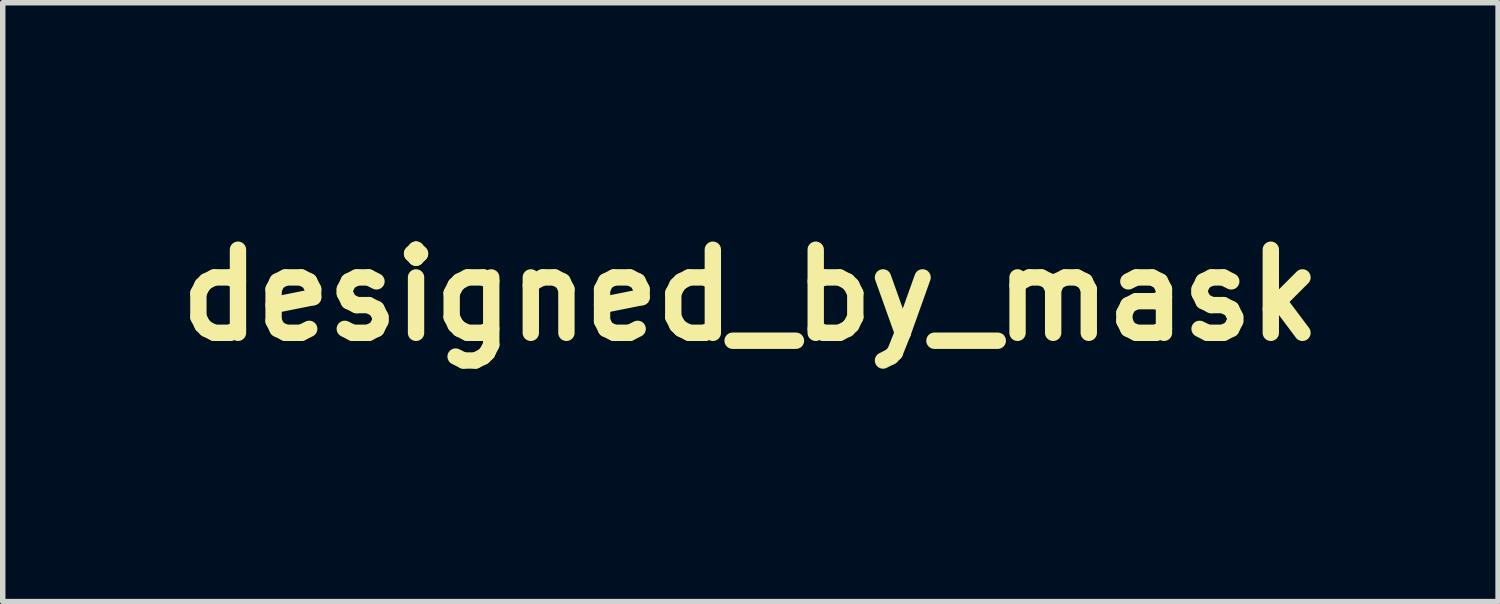
<source format=kicad_pcb>
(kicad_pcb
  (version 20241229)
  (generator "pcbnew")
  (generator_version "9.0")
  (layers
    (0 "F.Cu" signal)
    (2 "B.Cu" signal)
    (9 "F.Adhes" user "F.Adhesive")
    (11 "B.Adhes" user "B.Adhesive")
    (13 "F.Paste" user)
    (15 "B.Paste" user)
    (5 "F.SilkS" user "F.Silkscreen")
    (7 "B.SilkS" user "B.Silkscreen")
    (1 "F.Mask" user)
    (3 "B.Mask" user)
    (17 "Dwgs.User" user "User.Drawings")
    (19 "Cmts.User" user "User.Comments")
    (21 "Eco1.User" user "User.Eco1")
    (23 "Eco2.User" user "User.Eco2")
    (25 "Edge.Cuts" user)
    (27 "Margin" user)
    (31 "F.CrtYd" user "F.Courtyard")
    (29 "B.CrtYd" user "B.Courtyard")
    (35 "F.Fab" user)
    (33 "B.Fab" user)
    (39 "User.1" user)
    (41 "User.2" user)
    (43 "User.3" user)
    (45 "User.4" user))
  (footprint "designed_by_mask"
    (layer "F.Cu")
    (at 10.712 2.364)
    (property "Reference" "designed_by_mask" (at 0 0 0) (layer "F.SilkS") (effects (font (size 1.524 1.524) (thickness 0.3))))
    (attr through_hole)
    (fp_poly (pts (xy -8.781 -1.851) (xy -10.414 -1.851) (xy -10.414 -2.068) (xy -8.781 -2.068) (xy -8.781 -1.851)) (stroke (width 0.01) (type solid)) (fill yes) (layer "F.Mask"))
    (fp_poly (pts (xy -3.965 1.228) (xy -3.955 1.27) (xy -3.978 1.329) (xy -4.01 1.343) (xy -4.054 1.312) (xy -4.064 1.27) (xy -4.041 1.211) (xy -4.01 1.197) (xy -3.965 1.228)) (stroke (width 0.01) (type solid)) (fill yes) (layer "F.Mask"))
    (fp_poly (pts (xy 3.229 -1.887) (xy 2.504 -1.887) (xy 2.504 -0.073) (xy 2.032 -0.073) (xy 2.032 -0.218) (xy 2.177 -0.218) (xy 2.357 -0.218) (xy 2.367 -1.116) (xy 2.377 -2.014) (xy 2.751 -2.024) (xy 3.125 -2.035) (xy 3.114 -2.133) (xy 3.102 -2.232) (xy 2.64 -2.242) (xy 2.177 -2.252) (xy 2.177 -0.218) (xy 2.032 -0.218) (xy 2.032 -2.359) (xy 3.229 -2.359) (xy 3.229 -1.887)) (stroke (width 0.01) (type solid)) (fill yes) (layer "F.Mask"))
    (fp_poly (pts (xy -3.985 1.536) (xy -3.969 1.579) (xy -3.959 1.664) (xy -3.956 1.805) (xy -3.955 1.905) (xy -3.957 2.079) (xy -3.963 2.192) (xy -3.975 2.256) (xy -3.995 2.283) (xy -4.01 2.286) (xy -4.034 2.274) (xy -4.051 2.231) (xy -4.06 2.146) (xy -4.064 2.005) (xy -4.064 1.905) (xy -4.062 1.731) (xy -4.056 1.618) (xy -4.044 1.554) (xy -4.024 1.527) (xy -4.01 1.524) (xy -3.985 1.536)) (stroke (width 0.01) (type solid)) (fill yes) (layer "F.Mask"))
    (fp_poly (pts (xy 8.683 -2.236) (xy 8.73 -2.193) (xy 8.792 -2.107) (xy 8.85 -2.015) (xy 8.934 -1.879) (xy 8.98 -1.792) (xy 8.993 -1.739) (xy 8.975 -1.708) (xy 8.941 -1.691) (xy 8.888 -1.675) (xy 8.845 -1.683) (xy 8.799 -1.724) (xy 8.738 -1.81) (xy 8.676 -1.907) (xy 8.594 -2.042) (xy 8.547 -2.128) (xy 8.534 -2.18) (xy 8.549 -2.21) (xy 8.585 -2.228) (xy 8.639 -2.244) (xy 8.683 -2.236)) (stroke (width 0.01) (type solid)) (fill yes) (layer "F.Mask"))
    (fp_poly (pts (xy 10.668 0.29) (xy 9.471 0.29) (xy 9.471 0.056) (xy 9.579 0.056) (xy 9.579 0.145) (xy 10.523 0.145) (xy 10.523 -1.887) (xy 10.343 -1.887) (xy 10.333 -0.971) (xy 10.323 -0.054) (xy 9.951 -0.044) (xy 9.784 -0.039) (xy 9.677 -0.032) (xy 9.615 -0.02) (xy 9.587 0.001) (xy 9.58 0.034) (xy 9.579 0.056) (xy 9.471 0.056) (xy 9.471 -0.181) (xy 10.196 -0.181) (xy 10.196 -1.996) (xy 10.668 -1.996) (xy 10.668 0.29)) (stroke (width 0.01) (type solid)) (fill yes) (layer "F.Mask"))
    (fp_poly (pts (xy -6.209 1.228) (xy -6.042 1.265) (xy -5.921 1.344) (xy -5.837 1.468) (xy -5.822 1.505) (xy -5.779 1.697) (xy -5.788 1.885) (xy -5.846 2.054) (xy -5.948 2.186) (xy -6.027 2.24) (xy -6.112 2.265) (xy -6.236 2.282) (xy -6.323 2.285) (xy -6.531 2.286) (xy -6.531 2.223) (xy -6.423 2.223) (xy -6.253 2.2) (xy -6.136 2.174) (xy -6.042 2.135) (xy -6.018 2.118) (xy -5.937 2.001) (xy -5.895 1.849) (xy -5.892 1.684) (xy -5.929 1.531) (xy -6.005 1.416) (xy -6.118 1.349) (xy -6.257 1.316) (xy -6.423 1.297) (xy -6.423 2.223) (xy -6.531 2.223) (xy -6.531 1.234) (xy -6.432 1.227) (xy -6.209 1.228)) (stroke (width 0.01) (type solid)) (fill yes) (layer "F.Mask"))
    (fp_poly (pts (xy -1.759 -2.199) (xy -1.747 -2.161) (xy -1.752 -2.083) (xy -1.774 -1.953) (xy -1.796 -1.838) (xy -1.825 -1.623) (xy -1.843 -1.358) (xy -1.849 -1.067) (xy -1.844 -0.771) (xy -1.827 -0.493) (xy -1.798 -0.256) (xy -1.795 -0.234) (xy -1.769 -0.075) (xy -1.759 0.027) (xy -1.765 0.085) (xy -1.785 0.114) (xy -1.786 0.114) (xy -1.865 0.143) (xy -1.925 0.129) (xy -1.934 0.118) (xy -1.966 0.024) (xy -1.993 -0.13) (xy -2.015 -0.33) (xy -2.032 -0.565) (xy -2.042 -0.819) (xy -2.047 -1.082) (xy -2.045 -1.34) (xy -2.036 -1.58) (xy -2.019 -1.789) (xy -1.995 -1.954) (xy -1.99 -1.978) (xy -1.96 -2.099) (xy -1.93 -2.166) (xy -1.89 -2.197) (xy -1.841 -2.207) (xy -1.79 -2.21) (xy -1.759 -2.199)) (stroke (width 0.01) (type solid)) (fill yes) (layer "F.Mask"))
    (fp_poly (pts (xy 3.892 1.157) (xy 3.89 1.234) (xy 3.885 1.306) (xy 3.912 1.336) (xy 3.989 1.343) (xy 4.005 1.343) (xy 4.091 1.351) (xy 4.135 1.373) (xy 4.137 1.379) (xy 4.104 1.401) (xy 4.023 1.414) (xy 3.982 1.416) (xy 3.828 1.416) (xy 3.699 1.77) (xy 3.622 1.962) (xy 3.56 2.083) (xy 3.512 2.133) (xy 3.508 2.135) (xy 3.476 2.135) (xy 3.469 2.108) (xy 3.49 2.04) (xy 3.523 1.953) (xy 3.601 1.753) (xy 3.659 1.595) (xy 3.693 1.488) (xy 3.701 1.447) (xy 3.67 1.425) (xy 3.594 1.415) (xy 3.592 1.415) (xy 3.516 1.405) (xy 3.483 1.379) (xy 3.483 1.379) (xy 3.515 1.355) (xy 3.594 1.343) (xy 3.612 1.343) (xy 3.704 1.333) (xy 3.754 1.292) (xy 3.779 1.234) (xy 3.818 1.158) (xy 3.86 1.125) (xy 3.862 1.125) (xy 3.892 1.157)) (stroke (width 0.01) (type solid)) (fill yes) (layer "F.Mask"))
    (fp_poly (pts (xy 5.878 -0.04) (xy 6.033 -0.029) (xy 6.13 -0.017) (xy 6.175 0.008) (xy 6.187 0.061) (xy 6.187 0.073) (xy 6.187 0.163) (xy 4.907 0.173) (xy 4.564 0.175) (xy 4.287 0.176) (xy 4.068 0.175) (xy 3.902 0.173) (xy 3.78 0.168) (xy 3.696 0.162) (xy 3.644 0.152) (xy 3.616 0.14) (xy 3.606 0.127) (xy 3.597 0.038) (xy 3.651 -0.017) (xy 3.768 -0.036) (xy 3.773 -0.036) (xy 3.919 -0.036) (xy 3.919 -0.617) (xy 4.137 -0.617) (xy 4.137 -0.036) (xy 4.499 -0.036) (xy 4.499 -0.617) (xy 4.717 -0.617) (xy 4.717 -0.036) (xy 5.08 -0.036) (xy 5.08 -0.617) (xy 5.298 -0.617) (xy 5.298 -0.036) (xy 5.661 -0.036) (xy 5.661 -0.617) (xy 5.298 -0.617) (xy 5.08 -0.617) (xy 4.717 -0.617) (xy 4.499 -0.617) (xy 4.137 -0.617) (xy 3.919 -0.617) (xy 3.919 -0.835) (xy 5.878 -0.835) (xy 5.878 -0.04)) (stroke (width 0.01) (type solid)) (fill yes) (layer "F.Mask"))
    (fp_poly (pts (xy -10.196 -1.141) (xy -10.159 -1.105) (xy -10.138 -1.063) (xy -10.156 -1.014) (xy -10.218 -0.938) (xy -10.241 -0.915) (xy -10.378 -0.742) (xy -10.447 -0.584) (xy -10.445 -0.443) (xy -10.374 -0.32) (xy -10.364 -0.309) (xy -10.235 -0.224) (xy -10.048 -0.162) (xy -9.815 -0.123) (xy -9.547 -0.109) (xy -9.255 -0.122) (xy -8.951 -0.162) (xy -8.946 -0.163) (xy -8.811 -0.186) (xy -8.708 -0.202) (xy -8.654 -0.207) (xy -8.649 -0.207) (xy -8.636 -0.17) (xy -8.618 -0.105) (xy -8.61 -0.057) (xy -8.622 -0.026) (xy -8.671 -0.004) (xy -8.768 0.017) (xy -8.86 0.033) (xy -9.146 0.07) (xy -9.431 0.09) (xy -9.697 0.093) (xy -9.924 0.077) (xy -10.038 0.057) (xy -10.247 -0.001) (xy -10.402 -0.072) (xy -10.522 -0.164) (xy -10.573 -0.219) (xy -10.661 -0.374) (xy -10.679 -0.544) (xy -10.626 -0.728) (xy -10.503 -0.926) (xy -10.426 -1.018) (xy -10.328 -1.115) (xy -10.255 -1.155) (xy -10.196 -1.141)) (stroke (width 0.01) (type solid)) (fill yes) (layer "F.Mask"))
    (fp_poly (pts (xy -4.477 1.53) (xy -4.412 1.546) (xy -4.357 1.581) (xy -4.364 1.608) (xy -4.423 1.619) (xy -4.478 1.613) (xy -4.623 1.603) (xy -4.716 1.637) (xy -4.753 1.712) (xy -4.753 1.725) (xy -4.739 1.787) (xy -4.682 1.827) (xy -4.616 1.848) (xy -4.508 1.886) (xy -4.421 1.928) (xy -4.412 1.934) (xy -4.359 2.013) (xy -4.349 2.115) (xy -4.382 2.208) (xy -4.411 2.238) (xy -4.481 2.264) (xy -4.587 2.281) (xy -4.701 2.286) (xy -4.796 2.279) (xy -4.838 2.262) (xy -4.861 2.221) (xy -4.825 2.197) (xy -4.724 2.19) (xy -4.672 2.19) (xy -4.56 2.191) (xy -4.502 2.178) (xy -4.478 2.144) (xy -4.47 2.101) (xy -4.471 2.044) (xy -4.502 2.003) (xy -4.576 1.966) (xy -4.652 1.937) (xy -4.763 1.894) (xy -4.822 1.853) (xy -4.848 1.8) (xy -4.856 1.743) (xy -4.849 1.632) (xy -4.804 1.571) (xy -4.719 1.539) (xy -4.599 1.525) (xy -4.477 1.53)) (stroke (width 0.01) (type solid)) (fill yes) (layer "F.Mask"))
    (fp_poly (pts (xy 1.448 1.543) (xy 1.451 1.554) (xy 1.437 1.608) (xy 1.4 1.711) (xy 1.344 1.848) (xy 1.277 2.006) (xy 1.206 2.169) (xy 1.135 2.325) (xy 1.071 2.458) (xy 1.022 2.555) (xy 0.992 2.602) (xy 0.989 2.604) (xy 0.948 2.6) (xy 0.943 2.59) (xy 0.955 2.54) (xy 0.986 2.451) (xy 1 2.413) (xy 1.024 2.343) (xy 1.034 2.283) (xy 1.027 2.216) (xy 0.999 2.122) (xy 0.949 1.985) (xy 0.927 1.928) (xy 0.863 1.757) (xy 0.823 1.643) (xy 0.805 1.573) (xy 0.808 1.538) (xy 0.828 1.525) (xy 0.847 1.524) (xy 0.882 1.557) (xy 0.93 1.649) (xy 0.985 1.787) (xy 1.001 1.831) (xy 1.049 1.964) (xy 1.09 2.061) (xy 1.119 2.111) (xy 1.127 2.113) (xy 1.149 2.068) (xy 1.189 1.974) (xy 1.239 1.847) (xy 1.254 1.805) (xy 1.308 1.676) (xy 1.358 1.578) (xy 1.397 1.527) (xy 1.405 1.524) (xy 1.448 1.543)) (stroke (width 0.01) (type solid)) (fill yes) (layer "F.Mask"))
    (fp_poly (pts (xy -2.728 1.553) (xy -2.721 1.58) (xy -2.715 1.617) (xy -2.682 1.608) (xy -2.641 1.58) (xy -2.515 1.53) (xy -2.382 1.537) (xy -2.302 1.575) (xy -2.267 1.612) (xy -2.244 1.671) (xy -2.23 1.769) (xy -2.22 1.92) (xy -2.219 1.956) (xy -2.214 2.114) (xy -2.217 2.213) (xy -2.229 2.265) (xy -2.251 2.285) (xy -2.264 2.286) (xy -2.294 2.275) (xy -2.312 2.231) (xy -2.32 2.143) (xy -2.322 1.998) (xy -2.334 1.799) (xy -2.369 1.668) (xy -2.429 1.604) (xy -2.514 1.605) (xy -2.625 1.671) (xy -2.626 1.672) (xy -2.675 1.717) (xy -2.704 1.769) (xy -2.717 1.847) (xy -2.721 1.972) (xy -2.721 2.016) (xy -2.724 2.159) (xy -2.735 2.243) (xy -2.755 2.28) (xy -2.776 2.286) (xy -2.801 2.274) (xy -2.817 2.231) (xy -2.826 2.146) (xy -2.83 2.005) (xy -2.83 1.905) (xy -2.829 1.731) (xy -2.822 1.618) (xy -2.81 1.554) (xy -2.79 1.527) (xy -2.776 1.524) (xy -2.728 1.553)) (stroke (width 0.01) (type solid)) (fill yes) (layer "F.Mask"))
    (fp_poly (pts (xy -5.199 1.556) (xy -5.098 1.643) (xy -5.047 1.772) (xy -5.044 1.819) (xy -5.044 1.923) (xy -5.298 1.923) (xy -5.431 1.925) (xy -5.508 1.934) (xy -5.543 1.954) (xy -5.552 1.99) (xy -5.552 1.996) (xy -5.527 2.073) (xy -5.475 2.145) (xy -5.408 2.194) (xy -5.325 2.21) (xy -5.237 2.204) (xy -5.131 2.199) (xy -5.09 2.216) (xy -5.09 2.227) (xy -5.131 2.252) (xy -5.221 2.272) (xy -5.291 2.279) (xy -5.412 2.28) (xy -5.491 2.26) (xy -5.558 2.21) (xy -5.57 2.199) (xy -5.625 2.13) (xy -5.652 2.048) (xy -5.66 1.926) (xy -5.661 1.905) (xy -5.647 1.796) (xy -5.552 1.796) (xy -5.534 1.829) (xy -5.471 1.846) (xy -5.352 1.851) (xy -5.236 1.847) (xy -5.176 1.833) (xy -5.154 1.803) (xy -5.153 1.781) (xy -5.184 1.687) (xy -5.261 1.617) (xy -5.337 1.597) (xy -5.418 1.624) (xy -5.497 1.69) (xy -5.547 1.767) (xy -5.552 1.796) (xy -5.647 1.796) (xy -5.639 1.727) (xy -5.573 1.606) (xy -5.46 1.54) (xy -5.338 1.524) (xy -5.199 1.556)) (stroke (width 0.01) (type solid)) (fill yes) (layer "F.Mask"))
    (fp_poly (pts (xy -1.571 1.556) (xy -1.469 1.643) (xy -1.418 1.772) (xy -1.415 1.819) (xy -1.415 1.923) (xy -1.669 1.923) (xy -1.803 1.925) (xy -1.879 1.934) (xy -1.914 1.954) (xy -1.923 1.99) (xy -1.923 1.996) (xy -1.899 2.073) (xy -1.846 2.145) (xy -1.78 2.194) (xy -1.696 2.21) (xy -1.609 2.204) (xy -1.502 2.199) (xy -1.461 2.216) (xy -1.462 2.227) (xy -1.503 2.252) (xy -1.593 2.272) (xy -1.663 2.279) (xy -1.784 2.28) (xy -1.863 2.26) (xy -1.93 2.21) (xy -1.941 2.199) (xy -1.996 2.13) (xy -2.024 2.048) (xy -2.032 1.926) (xy -2.032 1.905) (xy -2.019 1.796) (xy -1.923 1.796) (xy -1.905 1.829) (xy -1.842 1.846) (xy -1.724 1.851) (xy -1.608 1.847) (xy -1.548 1.833) (xy -1.526 1.803) (xy -1.524 1.781) (xy -1.556 1.687) (xy -1.633 1.617) (xy -1.708 1.597) (xy -1.789 1.624) (xy -1.869 1.69) (xy -1.918 1.767) (xy -1.923 1.796) (xy -2.019 1.796) (xy -2.01 1.727) (xy -1.944 1.606) (xy -1.831 1.54) (xy -1.71 1.524) (xy -1.571 1.556)) (stroke (width 0.01) (type solid)) (fill yes) (layer "F.Mask"))
    (fp_poly (pts (xy 4.636 1.347) (xy 4.698 1.363) (xy 4.717 1.395) (xy 4.717 1.4) (xy 4.704 1.436) (xy 4.654 1.444) (xy 4.572 1.433) (xy 4.427 1.409) (xy 4.427 1.958) (xy 4.572 2.054) (xy 4.657 2.115) (xy 4.709 2.162) (xy 4.717 2.176) (xy 4.695 2.222) (xy 4.633 2.212) (xy 4.555 2.162) (xy 4.44 2.075) (xy 4.401 2.18) (xy 4.327 2.281) (xy 4.21 2.341) (xy 4.072 2.352) (xy 3.991 2.333) (xy 3.882 2.263) (xy 3.822 2.165) (xy 3.816 2.074) (xy 3.922 2.074) (xy 3.93 2.156) (xy 3.957 2.197) (xy 4.028 2.236) (xy 4.131 2.248) (xy 4.229 2.233) (xy 4.274 2.206) (xy 4.31 2.136) (xy 4.318 2.081) (xy 4.303 2.022) (xy 4.245 1.988) (xy 4.185 1.974) (xy 4.061 1.972) (xy 3.97 2.009) (xy 3.922 2.074) (xy 3.816 2.074) (xy 3.815 2.056) (xy 3.867 1.956) (xy 3.88 1.943) (xy 3.953 1.902) (xy 4.059 1.889) (xy 4.134 1.892) (xy 4.318 1.905) (xy 4.318 1.624) (xy 4.318 1.343) (xy 4.518 1.343) (xy 4.636 1.347)) (stroke (width 0.01) (type solid)) (fill yes) (layer "F.Mask"))
    (fp_poly (pts (xy -0.65 1.244) (xy -0.634 1.281) (xy -0.625 1.355) (xy -0.619 1.476) (xy -0.617 1.655) (xy -0.617 1.76) (xy -0.618 1.969) (xy -0.622 2.116) (xy -0.629 2.21) (xy -0.642 2.263) (xy -0.66 2.284) (xy -0.671 2.286) (xy -0.72 2.266) (xy -0.726 2.248) (xy -0.748 2.229) (xy -0.796 2.248) (xy -0.898 2.277) (xy -1.024 2.281) (xy -1.117 2.262) (xy -1.189 2.197) (xy -1.239 2.084) (xy -1.263 1.944) (xy -1.261 1.905) (xy -1.161 1.905) (xy -1.138 2.056) (xy -1.076 2.158) (xy -0.984 2.207) (xy -0.873 2.193) (xy -0.806 2.157) (xy -0.749 2.077) (xy -0.722 1.959) (xy -0.728 1.829) (xy -0.765 1.715) (xy -0.798 1.669) (xy -0.9 1.605) (xy -0.999 1.605) (xy -1.083 1.662) (xy -1.141 1.768) (xy -1.161 1.905) (xy -1.261 1.905) (xy -1.257 1.8) (xy -1.217 1.672) (xy -1.131 1.573) (xy -1.014 1.524) (xy -0.89 1.53) (xy -0.792 1.584) (xy -0.755 1.613) (xy -0.735 1.606) (xy -0.727 1.551) (xy -0.726 1.439) (xy -0.721 1.317) (xy -0.705 1.253) (xy -0.673 1.234) (xy -0.671 1.234) (xy -0.65 1.244)) (stroke (width 0.01) (type solid)) (fill yes) (layer "F.Mask"))
    (fp_poly (pts (xy 0.088 1.253) (xy 0.105 1.319) (xy 0.109 1.419) (xy 0.112 1.527) (xy 0.125 1.577) (xy 0.153 1.584) (xy 0.172 1.577) (xy 0.339 1.531) (xy 0.477 1.552) (xy 0.56 1.609) (xy 0.628 1.723) (xy 0.658 1.871) (xy 0.648 2.026) (xy 0.598 2.162) (xy 0.578 2.19) (xy 0.48 2.263) (xy 0.354 2.288) (xy 0.231 2.263) (xy 0.175 2.226) (xy 0.126 2.186) (xy 0.11 2.197) (xy 0.109 2.226) (xy 0.082 2.278) (xy 0.054 2.286) (xy 0.033 2.276) (xy 0.018 2.239) (xy 0.008 2.165) (xy 0.002 2.044) (xy 0.001 1.911) (xy 0.109 1.911) (xy 0.133 2.052) (xy 0.196 2.154) (xy 0.285 2.208) (xy 0.388 2.206) (xy 0.478 2.153) (xy 0.528 2.068) (xy 0.549 1.947) (xy 0.542 1.817) (xy 0.508 1.707) (xy 0.464 1.653) (xy 0.361 1.603) (xy 0.272 1.616) (xy 0.193 1.675) (xy 0.132 1.76) (xy 0.11 1.874) (xy 0.109 1.911) (xy 0.001 1.911) (xy 0.000202 1.865) (xy 0 1.76) (xy 0.001 1.551) (xy 0.005 1.404) (xy 0.013 1.31) (xy 0.025 1.257) (xy 0.044 1.236) (xy 0.054 1.234) (xy 0.088 1.253)) (stroke (width 0.01) (type solid)) (fill yes) (layer "F.Mask"))
    (fp_poly (pts (xy -3.332 1.537) (xy -3.238 1.58) (xy -3.179 1.617) (xy -3.159 1.607) (xy -3.157 1.577) (xy -3.135 1.534) (xy -3.111 1.533) (xy -3.091 1.564) (xy -3.077 1.643) (xy -3.069 1.779) (xy -3.067 1.979) (xy -3.067 1.994) (xy -3.068 2.18) (xy -3.071 2.308) (xy -3.08 2.393) (xy -3.098 2.447) (xy -3.126 2.487) (xy -3.168 2.525) (xy -3.169 2.526) (xy -3.285 2.593) (xy -3.425 2.613) (xy -3.526 2.607) (xy -3.594 2.594) (xy -3.604 2.588) (xy -3.629 2.541) (xy -3.59 2.519) (xy -3.492 2.525) (xy -3.349 2.518) (xy -3.242 2.45) (xy -3.177 2.324) (xy -3.169 2.289) (xy -3.145 2.165) (xy -3.232 2.225) (xy -3.363 2.28) (xy -3.492 2.27) (xy -3.602 2.202) (xy -3.677 2.082) (xy -3.687 2.049) (xy -3.7 1.911) (xy -3.696 1.881) (xy -3.59 1.881) (xy -3.577 2.006) (xy -3.537 2.114) (xy -3.472 2.181) (xy -3.451 2.189) (xy -3.374 2.205) (xy -3.32 2.19) (xy -3.256 2.135) (xy -3.246 2.124) (xy -3.173 2.004) (xy -3.16 1.865) (xy -3.208 1.727) (xy -3.232 1.692) (xy -3.325 1.613) (xy -3.423 1.606) (xy -3.52 1.669) (xy -3.572 1.761) (xy -3.59 1.881) (xy -3.696 1.881) (xy -3.682 1.768) (xy -3.637 1.647) (xy -3.591 1.588) (xy -3.468 1.532) (xy -3.332 1.537)) (stroke (width 0.01) (type solid)) (fill yes) (layer "F.Mask"))
    (fp_poly (pts (xy -7.223 -2.241) (xy -7.186 -2.202) (xy -7.165 -2.114) (xy -7.146 -2.015) (xy -7.116 -1.872) (xy -7.081 -1.71) (xy -7.069 -1.658) (xy -7.032 -1.504) (xy -7.002 -1.411) (xy -6.975 -1.366) (xy -6.946 -1.358) (xy -6.936 -1.361) (xy -6.765 -1.426) (xy -6.572 -1.493) (xy -6.373 -1.558) (xy -6.183 -1.616) (xy -6.017 -1.664) (xy -5.889 -1.695) (xy -5.817 -1.705) (xy -5.778 -1.677) (xy -5.776 -1.611) (xy -5.786 -1.57) (xy -5.812 -1.536) (xy -5.866 -1.505) (xy -5.959 -1.47) (xy -6.105 -1.426) (xy -6.212 -1.395) (xy -6.592 -1.272) (xy -6.908 -1.141) (xy -7.156 -1.003) (xy -7.338 -0.859) (xy -7.45 -0.71) (xy -7.492 -0.557) (xy -7.463 -0.4) (xy -7.453 -0.379) (xy -7.379 -0.269) (xy -7.27 -0.189) (xy -7.117 -0.134) (xy -6.912 -0.103) (xy -6.645 -0.092) (xy -6.622 -0.092) (xy -6.424 -0.094) (xy -6.228 -0.1) (xy -6.058 -0.11) (xy -5.96 -0.12) (xy -5.733 -0.149) (xy -5.733 -0.043) (xy -5.736 0.013) (xy -5.757 0.046) (xy -5.811 0.065) (xy -5.914 0.079) (xy -5.978 0.085) (xy -6.156 0.097) (xy -6.362 0.103) (xy -6.58 0.104) (xy -6.789 0.1) (xy -6.973 0.091) (xy -7.112 0.078) (xy -7.159 0.069) (xy -7.38 -0.011) (xy -7.551 -0.131) (xy -7.665 -0.284) (xy -7.718 -0.462) (xy -7.704 -0.66) (xy -7.693 -0.701) (xy -7.625 -0.84) (xy -7.507 -0.989) (xy -7.357 -1.126) (xy -7.297 -1.171) (xy -7.21 -1.23) (xy -7.306 -1.664) (xy -7.353 -1.88) (xy -7.384 -2.035) (xy -7.397 -2.139) (xy -7.394 -2.203) (xy -7.374 -2.236) (xy -7.336 -2.248) (xy -7.295 -2.25) (xy -7.223 -2.241)) (stroke (width 0.01) (type solid)) (fill yes) (layer "F.Mask"))
    (fp_poly (pts (xy -0.181 -1.778) (xy 0.073 -1.778) (xy 0.205 -1.777) (xy 0.281 -1.769) (xy 0.316 -1.749) (xy 0.326 -1.711) (xy 0.327 -1.687) (xy 0.323 -1.64) (xy 0.301 -1.613) (xy 0.246 -1.6) (xy 0.14 -1.597) (xy 0.073 -1.597) (xy -0.181 -1.597) (xy -0.181 -1.116) (xy -0.18 -0.635) (xy -0.037 -0.529) (xy 0.078 -0.437) (xy 0.19 -0.336) (xy 0.217 -0.309) (xy 0.328 -0.194) (xy 0.254 -0.127) (xy 0.21 -0.092) (xy 0.172 -0.087) (xy 0.122 -0.119) (xy 0.042 -0.194) (xy 0.025 -0.211) (xy -0.061 -0.292) (xy -0.126 -0.347) (xy -0.153 -0.363) (xy -0.176 -0.332) (xy -0.199 -0.257) (xy -0.199 -0.256) (xy -0.269 -0.091) (xy -0.391 0.033) (xy -0.553 0.113) (xy -0.743 0.142) (xy -0.951 0.116) (xy -1.025 0.093) (xy -1.167 0.03) (xy -1.261 -0.048) (xy -1.327 -0.15) (xy -1.375 -0.316) (xy -1.37 -0.372) (xy -1.159 -0.372) (xy -1.131 -0.235) (xy -1.105 -0.19) (xy -1.005 -0.105) (xy -0.868 -0.06) (xy -0.717 -0.058) (xy -0.577 -0.097) (xy -0.481 -0.167) (xy -0.422 -0.267) (xy -0.397 -0.384) (xy -0.407 -0.493) (xy -0.453 -0.568) (xy -0.467 -0.578) (xy -0.604 -0.626) (xy -0.758 -0.641) (xy -0.91 -0.627) (xy -1.037 -0.585) (xy -1.119 -0.517) (xy -1.125 -0.507) (xy -1.159 -0.372) (xy -1.37 -0.372) (xy -1.36 -0.483) (xy -1.286 -0.633) (xy -1.16 -0.749) (xy -1.115 -0.774) (xy -0.982 -0.813) (xy -0.813 -0.832) (xy -0.641 -0.829) (xy -0.502 -0.803) (xy -0.492 -0.799) (xy -0.399 -0.764) (xy -0.399 -1.597) (xy -1.306 -1.597) (xy -1.306 -1.778) (xy -0.399 -1.778) (xy -0.399 -2.25) (xy -0.181 -2.25) (xy -0.181 -1.778)) (stroke (width 0.01) (type solid)) (fill yes) (layer "F.Mask"))
    (fp_poly (pts (xy 2.625 1.451) (xy 2.602 1.669) (xy 2.707 1.67) (xy 2.817 1.678) (xy 2.894 1.692) (xy 2.942 1.699) (xy 2.966 1.678) (xy 2.974 1.61) (xy 2.975 1.528) (xy 2.98 1.415) (xy 2.998 1.358) (xy 3.034 1.343) (xy 3.035 1.343) (xy 3.068 1.353) (xy 3.081 1.395) (xy 3.077 1.484) (xy 3.071 1.54) (xy 3.048 1.738) (xy 3.175 1.799) (xy 3.256 1.843) (xy 3.3 1.879) (xy 3.302 1.885) (xy 3.278 1.932) (xy 3.207 1.927) (xy 3.157 1.905) (xy 3.057 1.853) (xy 3.033 2.001) (xy 2.998 2.113) (xy 2.938 2.216) (xy 2.864 2.297) (xy 2.79 2.345) (xy 2.728 2.347) (xy 2.704 2.324) (xy 2.715 2.283) (xy 2.756 2.25) (xy 2.839 2.174) (xy 2.905 2.057) (xy 2.938 1.932) (xy 2.939 1.909) (xy 2.934 1.844) (xy 2.907 1.805) (xy 2.841 1.781) (xy 2.737 1.762) (xy 2.59 1.738) (xy 2.548 1.962) (xy 2.498 2.15) (xy 2.429 2.269) (xy 2.344 2.318) (xy 2.244 2.298) (xy 2.138 2.216) (xy 2.055 2.092) (xy 2.046 2.029) (xy 2.146 2.029) (xy 2.197 2.133) (xy 2.27 2.202) (xy 2.338 2.201) (xy 2.392 2.13) (xy 2.396 2.121) (xy 2.425 2.021) (xy 2.451 1.901) (xy 2.454 1.886) (xy 2.476 1.744) (xy 2.359 1.778) (xy 2.22 1.84) (xy 2.148 1.924) (xy 2.146 2.029) (xy 2.046 2.029) (xy 2.036 1.964) (xy 2.079 1.845) (xy 2.176 1.748) (xy 2.323 1.688) (xy 2.339 1.685) (xy 2.422 1.666) (xy 2.469 1.634) (xy 2.495 1.571) (xy 2.514 1.457) (xy 2.516 1.442) (xy 2.535 1.306) (xy 2.338 1.306) (xy 2.23 1.3) (xy 2.158 1.285) (xy 2.141 1.27) (xy 2.174 1.251) (xy 2.264 1.239) (xy 2.394 1.234) (xy 2.648 1.234) (xy 2.625 1.451)) (stroke (width 0.01) (type solid)) (fill yes) (layer "F.Mask"))
    (fp_poly (pts (xy 5.433 1.163) (xy 5.443 1.231) (xy 5.443 1.343) (xy 5.733 1.343) (xy 5.877 1.347) (xy 5.978 1.358) (xy 6.022 1.376) (xy 6.023 1.379) (xy 5.989 1.397) (xy 5.897 1.409) (xy 5.759 1.415) (xy 5.733 1.415) (xy 5.588 1.417) (xy 5.501 1.424) (xy 5.458 1.44) (xy 5.444 1.469) (xy 5.443 1.485) (xy 5.431 1.576) (xy 5.421 1.612) (xy 5.419 1.642) (xy 5.451 1.659) (xy 5.53 1.667) (xy 5.657 1.669) (xy 5.796 1.672) (xy 5.876 1.683) (xy 5.91 1.706) (xy 5.915 1.724) (xy 5.9 1.753) (xy 5.846 1.77) (xy 5.74 1.777) (xy 5.661 1.778) (xy 5.407 1.778) (xy 5.407 1.957) (xy 5.421 2.104) (xy 5.471 2.195) (xy 5.567 2.24) (xy 5.691 2.25) (xy 5.859 2.23) (xy 5.967 2.171) (xy 6.018 2.069) (xy 6.023 2.012) (xy 6.036 1.919) (xy 6.074 1.887) (xy 6.078 1.887) (xy 6.121 1.916) (xy 6.135 1.99) (xy 6.121 2.086) (xy 6.083 2.184) (xy 6.047 2.236) (xy 5.985 2.295) (xy 5.91 2.328) (xy 5.797 2.343) (xy 5.748 2.346) (xy 5.616 2.347) (xy 5.503 2.336) (xy 5.451 2.323) (xy 5.363 2.247) (xy 5.312 2.109) (xy 5.298 1.939) (xy 5.298 1.778) (xy 5.134 1.778) (xy 5.027 1.771) (xy 4.978 1.747) (xy 4.971 1.724) (xy 4.993 1.687) (xy 5.067 1.671) (xy 5.13 1.669) (xy 5.232 1.664) (xy 5.285 1.64) (xy 5.31 1.587) (xy 5.313 1.577) (xy 5.323 1.485) (xy 5.288 1.435) (xy 5.197 1.416) (xy 5.15 1.415) (xy 5.06 1.407) (xy 5.011 1.387) (xy 5.007 1.379) (xy 5.04 1.357) (xy 5.122 1.344) (xy 5.168 1.343) (xy 5.269 1.338) (xy 5.318 1.318) (xy 5.337 1.269) (xy 5.341 1.246) (xy 5.365 1.161) (xy 5.402 1.133) (xy 5.433 1.163)) (stroke (width 0.01) (type solid)) (fill yes) (layer "F.Mask"))
    (fp_poly (pts (xy -3.467 -2.07) (xy -3.247 -2.019) (xy -3.061 -1.926) (xy -2.894 -1.785) (xy -2.865 -1.754) (xy -2.74 -1.603) (xy -2.66 -1.457) (xy -2.616 -1.295) (xy -2.598 -1.092) (xy -2.597 -1.016) (xy -2.601 -0.844) (xy -2.616 -0.716) (xy -2.648 -0.604) (xy -2.69 -0.508) (xy -2.835 -0.273) (xy -3.021 -0.096) (xy -3.245 0.019) (xy -3.361 0.052) (xy -3.448 0.06) (xy -3.491 0.031) (xy -3.497 0.017) (xy -3.517 -0.067) (xy -3.489 -0.121) (xy -3.404 -0.16) (xy -3.361 -0.173) (xy -3.157 -0.263) (xy -2.994 -0.409) (xy -2.877 -0.605) (xy -2.811 -0.844) (xy -2.803 -0.913) (xy -2.811 -1.173) (xy -2.881 -1.407) (xy -3.009 -1.607) (xy -3.189 -1.762) (xy -3.277 -1.811) (xy -3.383 -1.851) (xy -3.494 -1.878) (xy -3.592 -1.889) (xy -3.653 -1.88) (xy -3.665 -1.864) (xy -3.672 -1.774) (xy -3.693 -1.63) (xy -3.723 -1.453) (xy -3.759 -1.26) (xy -3.797 -1.069) (xy -3.835 -0.899) (xy -3.869 -0.769) (xy -3.969 -0.487) (xy -4.087 -0.266) (xy -4.221 -0.11) (xy -4.369 -0.021) (xy -4.49 0) (xy -4.602 -0.032) (xy -4.723 -0.118) (xy -4.839 -0.245) (xy -4.916 -0.364) (xy -4.971 -0.473) (xy -5.004 -0.569) (xy -5.019 -0.678) (xy -5.024 -0.826) (xy -5.024 -0.871) (xy -5.022 -0.96) (xy -4.81 -0.96) (xy -4.805 -0.747) (xy -4.768 -0.553) (xy -4.726 -0.446) (xy -4.629 -0.302) (xy -4.53 -0.23) (xy -4.429 -0.23) (xy -4.326 -0.303) (xy -4.306 -0.326) (xy -4.208 -0.481) (xy -4.118 -0.7) (xy -4.039 -0.978) (xy -3.992 -1.197) (xy -3.945 -1.454) (xy -3.913 -1.645) (xy -3.897 -1.777) (xy -3.895 -1.856) (xy -3.906 -1.886) (xy -3.91 -1.887) (xy -3.961 -1.877) (xy -4.055 -1.853) (xy -4.125 -1.833) (xy -4.307 -1.75) (xy -4.487 -1.618) (xy -4.642 -1.457) (xy -4.727 -1.329) (xy -4.784 -1.163) (xy -4.81 -0.96) (xy -5.022 -0.96) (xy -5.02 -1.045) (xy -5.003 -1.175) (xy -4.969 -1.29) (xy -4.93 -1.382) (xy -4.785 -1.619) (xy -4.589 -1.812) (xy -4.335 -1.966) (xy -4.321 -1.973) (xy -4.198 -2.028) (xy -4.094 -2.061) (xy -3.984 -2.079) (xy -3.842 -2.085) (xy -3.737 -2.086) (xy -3.467 -2.07)) (stroke (width 0.01) (type solid)) (fill yes) (layer "F.Mask"))
    (fp_poly (pts (xy 5.316 -2.329) (xy 5.381 -2.286) (xy 5.48 -2.202) (xy 5.481 -2.2) (xy 5.6 -2.106) (xy 5.756 -2.002) (xy 5.917 -1.907) (xy 5.946 -1.892) (xy 6.086 -1.816) (xy 6.17 -1.761) (xy 6.211 -1.718) (xy 6.217 -1.678) (xy 6.215 -1.669) (xy 6.185 -1.598) (xy 6.135 -1.577) (xy 6.05 -1.603) (xy 5.99 -1.631) (xy 5.898 -1.676) (xy 5.837 -1.702) (xy 5.825 -1.705) (xy 5.813 -1.673) (xy 5.806 -1.592) (xy 5.806 -1.558) (xy 5.793 -1.397) (xy 5.761 -1.24) (xy 5.714 -1.111) (xy 5.665 -1.038) (xy 5.588 -0.998) (xy 5.46 -0.976) (xy 5.273 -0.969) (xy 5.125 -0.972) (xy 5.014 -0.98) (xy 4.958 -0.996) (xy 4.937 -1.031) (xy 4.935 -1.07) (xy 4.938 -1.117) (xy 4.959 -1.144) (xy 5.012 -1.157) (xy 5.112 -1.161) (xy 5.206 -1.161) (xy 5.357 -1.165) (xy 5.456 -1.186) (xy 5.515 -1.236) (xy 5.549 -1.33) (xy 5.571 -1.48) (xy 5.575 -1.522) (xy 5.598 -1.742) (xy 4.869 -1.742) (xy 4.792 -1.582) (xy 4.693 -1.431) (xy 4.549 -1.27) (xy 4.379 -1.121) (xy 4.204 -1.002) (xy 4.128 -0.963) (xy 3.973 -0.896) (xy 3.87 -0.859) (xy 3.805 -0.85) (xy 3.765 -0.868) (xy 3.738 -0.906) (xy 3.716 -0.99) (xy 3.746 -1.043) (xy 3.785 -1.053) (xy 3.868 -1.073) (xy 3.988 -1.126) (xy 4.123 -1.199) (xy 4.253 -1.282) (xy 4.355 -1.362) (xy 4.366 -1.372) (xy 4.462 -1.476) (xy 4.544 -1.585) (xy 4.596 -1.677) (xy 4.608 -1.722) (xy 4.575 -1.732) (xy 4.49 -1.74) (xy 4.391 -1.742) (xy 4.265 -1.748) (xy 4.189 -1.764) (xy 4.173 -1.781) (xy 4.145 -1.785) (xy 4.071 -1.758) (xy 3.982 -1.712) (xy 3.829 -1.629) (xy 3.724 -1.585) (xy 3.657 -1.576) (xy 3.616 -1.601) (xy 3.597 -1.639) (xy 3.587 -1.683) (xy 3.602 -1.721) (xy 3.654 -1.764) (xy 3.752 -1.823) (xy 3.836 -1.87) (xy 3.996 -1.965) (xy 4.159 -2.077) (xy 4.294 -2.182) (xy 4.3 -2.188) (xy 4.405 -2.277) (xy 4.475 -2.324) (xy 4.529 -2.337) (xy 4.585 -2.324) (xy 4.594 -2.321) (xy 4.693 -2.283) (xy 4.516 -2.103) (xy 4.339 -1.923) (xy 5.474 -1.923) (xy 5.286 -2.102) (xy 5.099 -2.281) (xy 5.201 -2.32) (xy 5.262 -2.337) (xy 5.316 -2.329)) (stroke (width 0.01) (type solid)) (fill yes) (layer "F.Mask"))
    (fp_poly (pts (xy 8.263 -2.356) (xy 8.282 -2.338) (xy 8.298 -2.298) (xy 8.31 -2.225) (xy 8.321 -2.11) (xy 8.334 -1.945) (xy 8.349 -1.719) (xy 8.355 -1.633) (xy 8.364 -1.506) (xy 8.736 -1.496) (xy 8.903 -1.49) (xy 9.011 -1.483) (xy 9.072 -1.471) (xy 9.1 -1.45) (xy 9.107 -1.418) (xy 9.108 -1.396) (xy 9.105 -1.355) (xy 9.09 -1.329) (xy 9.047 -1.315) (xy 8.965 -1.308) (xy 8.83 -1.306) (xy 8.742 -1.306) (xy 8.577 -1.305) (xy 8.471 -1.3) (xy 8.414 -1.29) (xy 8.393 -1.271) (xy 8.394 -1.243) (xy 8.41 -1.176) (xy 8.432 -1.062) (xy 8.456 -0.933) (xy 8.486 -0.798) (xy 8.516 -0.718) (xy 8.541 -0.7) (xy 8.577 -0.737) (xy 8.633 -0.821) (xy 8.698 -0.936) (xy 8.703 -0.946) (xy 8.772 -1.071) (xy 8.825 -1.138) (xy 8.874 -1.158) (xy 8.933 -1.14) (xy 8.951 -1.13) (xy 8.964 -1.085) (xy 8.941 -0.994) (xy 8.889 -0.871) (xy 8.813 -0.729) (xy 8.72 -0.584) (xy 8.705 -0.563) (xy 8.591 -0.404) (xy 8.671 -0.238) (xy 8.727 -0.143) (xy 8.78 -0.083) (xy 8.803 -0.073) (xy 8.857 -0.107) (xy 8.904 -0.207) (xy 8.941 -0.362) (xy 8.951 -0.424) (xy 8.976 -0.533) (xy 9.017 -0.576) (xy 9.082 -0.56) (xy 9.104 -0.547) (xy 9.138 -0.487) (xy 9.142 -0.381) (xy 9.122 -0.247) (xy 9.083 -0.105) (xy 9.03 0.028) (xy 8.968 0.134) (xy 8.903 0.195) (xy 8.892 0.199) (xy 8.816 0.207) (xy 8.741 0.178) (xy 8.658 0.105) (xy 8.559 -0.02) (xy 8.437 -0.204) (xy 8.432 -0.212) (xy 8.401 -0.198) (xy 8.329 -0.151) (xy 8.231 -0.08) (xy 8.102 0.01) (xy 7.969 0.094) (xy 7.887 0.14) (xy 7.736 0.216) (xy 7.682 0.134) (xy 7.657 0.088) (xy 7.661 0.052) (xy 7.705 0.013) (xy 7.8 -0.043) (xy 7.834 -0.062) (xy 7.975 -0.149) (xy 8.117 -0.252) (xy 8.192 -0.314) (xy 8.344 -0.454) (xy 8.276 -0.744) (xy 8.24 -0.901) (xy 8.208 -1.048) (xy 8.186 -1.158) (xy 8.184 -1.17) (xy 8.161 -1.306) (xy 7.366 -1.306) (xy 7.366 -1.016) (xy 7.674 -1.016) (xy 7.824 -1.015) (xy 7.915 -1.01) (xy 7.962 -0.996) (xy 7.98 -0.969) (xy 7.983 -0.925) (xy 7.979 -0.878) (xy 7.957 -0.851) (xy 7.902 -0.838) (xy 7.797 -0.835) (xy 7.729 -0.835) (xy 7.604 -0.831) (xy 7.513 -0.822) (xy 7.475 -0.808) (xy 7.475 -0.807) (xy 7.5 -0.773) (xy 7.567 -0.702) (xy 7.665 -0.608) (xy 7.72 -0.558) (xy 7.965 -0.335) (xy 7.894 -0.257) (xy 7.824 -0.179) (xy 7.368 -0.631) (xy 7.358 -0.197) (xy 7.348 0.236) (xy 7.248 0.247) (xy 7.148 0.259) (xy 7.148 -0.161) (xy 7.146 -0.326) (xy 7.14 -0.46) (xy 7.13 -0.55) (xy 7.12 -0.581) (xy 7.084 -0.553) (xy 7.035 -0.485) (xy 7.032 -0.48) (xy 6.967 -0.385) (xy 6.875 -0.271) (xy 6.775 -0.158) (xy 6.682 -0.063) (xy 6.613 -0.005) (xy 6.606 -0.001) (xy 6.55 0.01) (xy 6.504 -0.038) (xy 6.495 -0.055) (xy 6.473 -0.108) (xy 6.479 -0.153) (xy 6.523 -0.208) (xy 6.614 -0.291) (xy 6.704 -0.378) (xy 6.803 -0.486) (xy 6.898 -0.6) (xy 6.978 -0.703) (xy 7.028 -0.782) (xy 7.039 -0.812) (xy 7.006 -0.823) (xy 6.919 -0.831) (xy 6.796 -0.835) (xy 6.785 -0.835) (xy 6.653 -0.836) (xy 6.577 -0.844) (xy 6.542 -0.864) (xy 6.532 -0.901) (xy 6.531 -0.925) (xy 6.534 -0.969) (xy 6.552 -0.996) (xy 6.6 -1.01) (xy 6.692 -1.015) (xy 6.84 -1.016) (xy 7.148 -1.016) (xy 7.148 -1.306) (xy 6.822 -1.306) (xy 6.667 -1.307) (xy 6.571 -1.312) (xy 6.52 -1.325) (xy 6.499 -1.349) (xy 6.495 -1.389) (xy 6.495 -1.396) (xy 6.498 -1.438) (xy 6.517 -1.465) (xy 6.567 -1.481) (xy 6.66 -1.489) (xy 6.811 -1.495) (xy 6.813 -1.495) (xy 7.13 -1.506) (xy 7.13 -1.869) (xy 6.847 -1.879) (xy 6.705 -1.886) (xy 6.621 -1.896) (xy 6.582 -1.914) (xy 6.572 -1.944) (xy 6.574 -1.97) (xy 6.586 -2.011) (xy 6.618 -2.036) (xy 6.684 -2.05) (xy 6.801 -2.058) (xy 6.867 -2.061) (xy 7.148 -2.071) (xy 7.148 -2.217) (xy 7.152 -2.31) (xy 7.173 -2.35) (xy 7.225 -2.354) (xy 7.248 -2.352) (xy 7.315 -2.334) (xy 7.347 -2.286) (xy 7.359 -2.204) (xy 7.37 -2.068) (xy 7.64 -2.068) (xy 7.778 -2.067) (xy 7.859 -2.06) (xy 7.897 -2.042) (xy 7.909 -2.009) (xy 7.91 -1.978) (xy 7.907 -1.931) (xy 7.887 -1.904) (xy 7.834 -1.891) (xy 7.734 -1.887) (xy 7.638 -1.887) (xy 7.366 -1.887) (xy 7.366 -1.488) (xy 8.139 -1.488) (xy 8.099 -2.359) (xy 8.201 -2.359) (xy 8.236 -2.359) (xy 8.263 -2.356)) (stroke (width 0.01) (type solid)) (fill yes) (layer "F.Mask")))
  (gr_rect
    (start -3 -3)
    (end 24.423 7.982)
    (stroke (width 0.1) (type default))
    (fill no)
    (layer "Edge.Cuts")))
</source>
